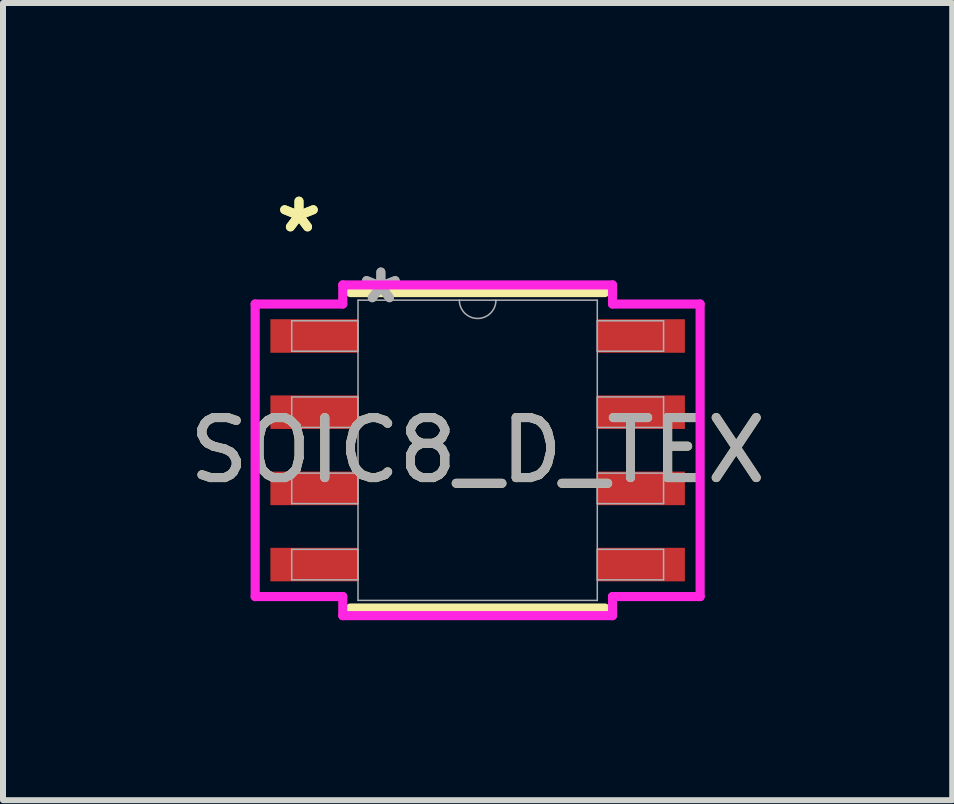
<source format=kicad_pcb>
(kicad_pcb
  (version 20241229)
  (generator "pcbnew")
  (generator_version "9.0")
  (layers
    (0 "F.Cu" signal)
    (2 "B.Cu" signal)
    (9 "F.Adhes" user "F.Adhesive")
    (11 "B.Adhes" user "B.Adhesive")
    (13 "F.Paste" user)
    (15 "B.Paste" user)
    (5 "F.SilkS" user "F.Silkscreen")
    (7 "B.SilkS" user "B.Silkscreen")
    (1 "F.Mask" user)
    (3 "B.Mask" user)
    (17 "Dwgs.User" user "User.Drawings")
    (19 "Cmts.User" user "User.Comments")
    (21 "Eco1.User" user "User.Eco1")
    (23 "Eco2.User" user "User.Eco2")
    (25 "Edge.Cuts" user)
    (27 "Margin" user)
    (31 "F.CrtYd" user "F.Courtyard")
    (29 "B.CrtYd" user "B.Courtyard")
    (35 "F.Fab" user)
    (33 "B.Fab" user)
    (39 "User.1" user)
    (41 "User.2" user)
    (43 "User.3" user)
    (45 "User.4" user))
  (footprint "SOIC8_D_TEX"
    (layer "F.Cu")
    (at 4.911 4.455)
    (property "Reference" "SOIC8_D_TEX" (at 0 0 0) (unlocked yes) (layer "F.SilkS") (effects (font (size 1 1) (thickness 0.15))))
    (attr smd)
    (fp_line (start -2.121 2.629) (end 2.121 2.629) (stroke (width 0.152) (type solid)) (layer "F.SilkS"))
    (fp_line (start 2.121 -2.629) (end -2.121 -2.629) (stroke (width 0.152) (type solid)) (layer "F.SilkS"))
    (fp_line (start -3.708 -2.438) (end -2.248 -2.438) (stroke (width 0.152) (type solid)) (layer "F.CrtYd"))
    (fp_line (start -3.708 2.438) (end -3.708 -2.438) (stroke (width 0.152) (type solid)) (layer "F.CrtYd"))
    (fp_line (start -3.708 2.438) (end -2.248 2.438) (stroke (width 0.152) (type solid)) (layer "F.CrtYd"))
    (fp_line (start -2.248 -2.756) (end 2.248 -2.756) (stroke (width 0.152) (type solid)) (layer "F.CrtYd"))
    (fp_line (start -2.248 -2.438) (end -2.248 -2.756) (stroke (width 0.152) (type solid)) (layer "F.CrtYd"))
    (fp_line (start -2.248 2.756) (end -2.248 2.438) (stroke (width 0.152) (type solid)) (layer "F.CrtYd"))
    (fp_line (start 2.248 -2.756) (end 2.248 -2.438) (stroke (width 0.152) (type solid)) (layer "F.CrtYd"))
    (fp_line (start 2.248 2.438) (end 2.248 2.756) (stroke (width 0.152) (type solid)) (layer "F.CrtYd"))
    (fp_line (start 2.248 2.756) (end -2.248 2.756) (stroke (width 0.152) (type solid)) (layer "F.CrtYd"))
    (fp_line (start 3.708 -2.438) (end 2.248 -2.438) (stroke (width 0.152) (type solid)) (layer "F.CrtYd"))
    (fp_line (start 3.708 -2.438) (end 3.708 2.438) (stroke (width 0.152) (type solid)) (layer "F.CrtYd"))
    (fp_line (start 3.708 2.438) (end 2.248 2.438) (stroke (width 0.152) (type solid)) (layer "F.CrtYd"))
    (fp_line (start -3.099 -2.159) (end -3.099 -1.651) (stroke (width 0.025) (type solid)) (layer "F.Fab"))
    (fp_line (start -3.099 -1.651) (end -1.994 -1.651) (stroke (width 0.025) (type solid)) (layer "F.Fab"))
    (fp_line (start -3.099 -0.889) (end -3.099 -0.381) (stroke (width 0.025) (type solid)) (layer "F.Fab"))
    (fp_line (start -3.099 -0.381) (end -1.994 -0.381) (stroke (width 0.025) (type solid)) (layer "F.Fab"))
    (fp_line (start -3.099 0.381) (end -3.099 0.889) (stroke (width 0.025) (type solid)) (layer "F.Fab"))
    (fp_line (start -3.099 0.889) (end -1.994 0.889) (stroke (width 0.025) (type solid)) (layer "F.Fab"))
    (fp_line (start -3.099 1.651) (end -3.099 2.159) (stroke (width 0.025) (type solid)) (layer "F.Fab"))
    (fp_line (start -3.099 2.159) (end -1.994 2.159) (stroke (width 0.025) (type solid)) (layer "F.Fab"))
    (fp_line (start -1.994 -2.502) (end -1.994 2.502) (stroke (width 0.025) (type solid)) (layer "F.Fab"))
    (fp_line (start -1.994 -2.159) (end -3.099 -2.159) (stroke (width 0.025) (type solid)) (layer "F.Fab"))
    (fp_line (start -1.994 -1.651) (end -1.994 -2.159) (stroke (width 0.025) (type solid)) (layer "F.Fab"))
    (fp_line (start -1.994 -0.889) (end -3.099 -0.889) (stroke (width 0.025) (type solid)) (layer "F.Fab"))
    (fp_line (start -1.994 -0.381) (end -1.994 -0.889) (stroke (width 0.025) (type solid)) (layer "F.Fab"))
    (fp_line (start -1.994 0.381) (end -3.099 0.381) (stroke (width 0.025) (type solid)) (layer "F.Fab"))
    (fp_line (start -1.994 0.889) (end -1.994 0.381) (stroke (width 0.025) (type solid)) (layer "F.Fab"))
    (fp_line (start -1.994 1.651) (end -3.099 1.651) (stroke (width 0.025) (type solid)) (layer "F.Fab"))
    (fp_line (start -1.994 2.159) (end -1.994 1.651) (stroke (width 0.025) (type solid)) (layer "F.Fab"))
    (fp_line (start -1.994 2.502) (end 1.994 2.502) (stroke (width 0.025) (type solid)) (layer "F.Fab"))
    (fp_line (start 1.994 -2.502) (end -1.994 -2.502) (stroke (width 0.025) (type solid)) (layer "F.Fab"))
    (fp_line (start 1.994 -2.159) (end 1.994 -1.651) (stroke (width 0.025) (type solid)) (layer "F.Fab"))
    (fp_line (start 1.994 -1.651) (end 3.099 -1.651) (stroke (width 0.025) (type solid)) (layer "F.Fab"))
    (fp_line (start 1.994 -0.889) (end 1.994 -0.381) (stroke (width 0.025) (type solid)) (layer "F.Fab"))
    (fp_line (start 1.994 -0.381) (end 3.099 -0.381) (stroke (width 0.025) (type solid)) (layer "F.Fab"))
    (fp_line (start 1.994 0.381) (end 1.994 0.889) (stroke (width 0.025) (type solid)) (layer "F.Fab"))
    (fp_line (start 1.994 0.889) (end 3.099 0.889) (stroke (width 0.025) (type solid)) (layer "F.Fab"))
    (fp_line (start 1.994 1.651) (end 1.994 2.159) (stroke (width 0.025) (type solid)) (layer "F.Fab"))
    (fp_line (start 1.994 2.159) (end 3.099 2.159) (stroke (width 0.025) (type solid)) (layer "F.Fab"))
    (fp_line (start 1.994 2.502) (end 1.994 -2.502) (stroke (width 0.025) (type solid)) (layer "F.Fab"))
    (fp_line (start 3.099 -2.159) (end 1.994 -2.159) (stroke (width 0.025) (type solid)) (layer "F.Fab"))
    (fp_line (start 3.099 -1.651) (end 3.099 -2.159) (stroke (width 0.025) (type solid)) (layer "F.Fab"))
    (fp_line (start 3.099 -0.889) (end 1.994 -0.889) (stroke (width 0.025) (type solid)) (layer "F.Fab"))
    (fp_line (start 3.099 -0.381) (end 3.099 -0.889) (stroke (width 0.025) (type solid)) (layer "F.Fab"))
    (fp_line (start 3.099 0.381) (end 1.994 0.381) (stroke (width 0.025) (type solid)) (layer "F.Fab"))
    (fp_line (start 3.099 0.889) (end 3.099 0.381) (stroke (width 0.025) (type solid)) (layer "F.Fab"))
    (fp_line (start 3.099 1.651) (end 1.994 1.651) (stroke (width 0.025) (type solid)) (layer "F.Fab"))
    (fp_line (start 3.099 2.159) (end 3.099 1.651) (stroke (width 0.025) (type solid)) (layer "F.Fab"))
    (fp_arc (start 0.3048 -2.5019) (mid 0 -2.1971) (end -0.3048 -2.5019) (stroke (width 0.0254) (type solid)) (layer "F.Fab"))
    (fp_text user "*" (at -2.978 -3.607 0) (layer "F.SilkS") (effects (font (size 1 1) (thickness 0.15))))
    (fp_text user "*" (at -2.978 -3.607 0) (unlocked yes) (layer "F.SilkS") (effects (font (size 1 1) (thickness 0.15))))
    (fp_text user "*" (at -1.613 -2.426 0) (unlocked yes) (layer "F.Fab") (effects (font (size 1 1) (thickness 0.15))))
    (fp_text user "${REFERENCE}" (at 0 0 0) (unlocked yes) (layer "F.Fab") (effects (font (size 1 1) (thickness 0.15))))
    (fp_text user "*" (at -1.613 -2.426 0) (layer "F.Fab") (effects (font (size 1 1) (thickness 0.15))))
    (pad "1" smd rect (at -2.724 -1.905) (size 1.46 0.559) (layers "F.Cu" "F.Mask" "F.Paste"))
    (pad "2" smd rect (at -2.724 -0.635) (size 1.46 0.559) (layers "F.Cu" "F.Mask" "F.Paste"))
    (pad "3" smd rect (at -2.724 0.635) (size 1.46 0.559) (layers "F.Cu" "F.Mask" "F.Paste"))
    (pad "4" smd rect (at -2.724 1.905) (size 1.46 0.559) (layers "F.Cu" "F.Mask" "F.Paste"))
    (pad "5" smd rect (at 2.724 1.905) (size 1.46 0.559) (layers "F.Cu" "F.Mask" "F.Paste"))
    (pad "6" smd rect (at 2.724 0.635) (size 1.46 0.559) (layers "F.Cu" "F.Mask" "F.Paste"))
    (pad "7" smd rect (at 2.724 -0.635) (size 1.46 0.559) (layers "F.Cu" "F.Mask" "F.Paste"))
    (pad "8" smd rect (at 2.724 -1.905) (size 1.46 0.559) (layers "F.Cu" "F.Mask" "F.Paste")))
  (gr_rect
    (start -3 -3)
    (end 12.821 10.287)
    (stroke (width 0.1) (type default))
    (fill no)
    (layer "Edge.Cuts")))
</source>
